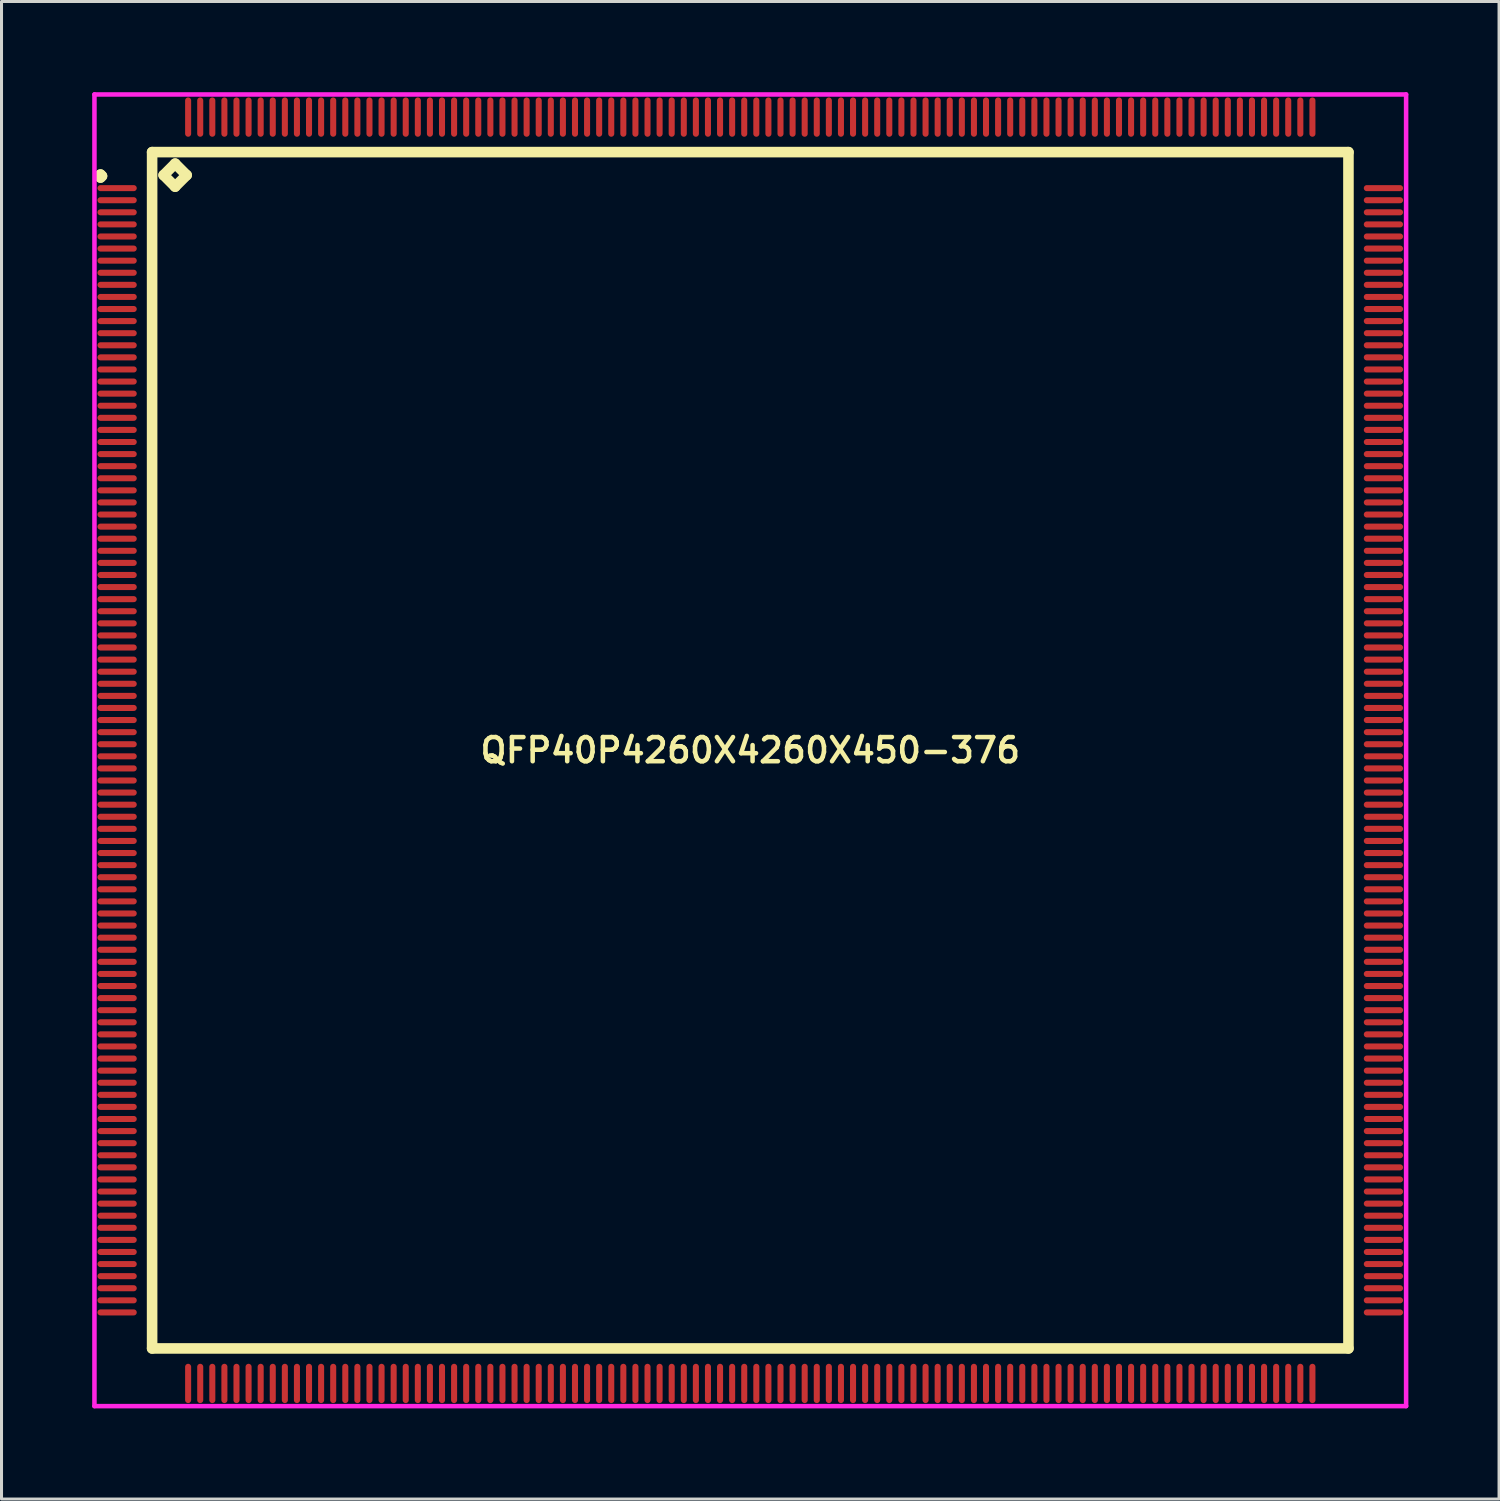
<source format=kicad_pcb>
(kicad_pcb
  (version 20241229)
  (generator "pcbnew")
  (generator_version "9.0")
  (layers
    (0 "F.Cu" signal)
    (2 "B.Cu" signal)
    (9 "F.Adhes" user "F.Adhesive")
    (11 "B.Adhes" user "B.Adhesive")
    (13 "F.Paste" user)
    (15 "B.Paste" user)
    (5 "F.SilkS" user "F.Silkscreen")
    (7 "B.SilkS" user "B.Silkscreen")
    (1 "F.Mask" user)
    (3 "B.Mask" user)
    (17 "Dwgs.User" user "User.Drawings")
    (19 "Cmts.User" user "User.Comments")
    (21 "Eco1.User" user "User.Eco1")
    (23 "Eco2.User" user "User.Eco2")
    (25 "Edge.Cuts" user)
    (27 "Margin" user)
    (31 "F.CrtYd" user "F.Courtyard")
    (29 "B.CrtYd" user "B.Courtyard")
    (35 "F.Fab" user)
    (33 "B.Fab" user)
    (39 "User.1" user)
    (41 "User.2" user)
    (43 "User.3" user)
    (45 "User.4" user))
  (footprint "QFP40P4260X4260X450-376"
    (layer "F.Cu")
    (at 21.775 21.775)
    (property "Reference" "QFP40P4260X4260X450-376" (at 0 0 0) (layer "F.SilkS") (effects (font (size 0.8 0.8) (thickness 0.15))))
    (attr smd)
    (fp_line (start -21.55 -19) (end -21.5 -19.05) (stroke (width 0.35) (type solid)) (layer "F.SilkS"))
    (fp_line (start -21.5 -19.05) (end -21.45 -19) (stroke (width 0.35) (type solid)) (layer "F.SilkS"))
    (fp_line (start -21.5 -18.95) (end -21.55 -19) (stroke (width 0.35) (type solid)) (layer "F.SilkS"))
    (fp_line (start -21.45 -19) (end -21.5 -18.95) (stroke (width 0.35) (type solid)) (layer "F.SilkS"))
    (fp_line (start -19.792 -19.792) (end -19.792 19.792) (stroke (width 0.35) (type solid)) (layer "F.SilkS"))
    (fp_line (start -19.792 19.792) (end 19.792 19.792) (stroke (width 0.35) (type solid)) (layer "F.SilkS"))
    (fp_line (start -19.411 -19.03) (end -19.03 -19.411) (stroke (width 0.35) (type solid)) (layer "F.SilkS"))
    (fp_line (start -19.03 -19.411) (end -18.649 -19.03) (stroke (width 0.35) (type solid)) (layer "F.SilkS"))
    (fp_line (start -19.03 -18.649) (end -19.411 -19.03) (stroke (width 0.35) (type solid)) (layer "F.SilkS"))
    (fp_line (start -18.649 -19.03) (end -19.03 -18.649) (stroke (width 0.35) (type solid)) (layer "F.SilkS"))
    (fp_line (start 19.792 -19.792) (end -19.792 -19.792) (stroke (width 0.35) (type solid)) (layer "F.SilkS"))
    (fp_line (start 19.792 19.792) (end 19.792 -19.792) (stroke (width 0.35) (type solid)) (layer "F.SilkS"))
    (fp_line (start -21.7 -21.7) (end 21.7 -21.7) (stroke (width 0.15) (type solid)) (layer "F.CrtYd"))
    (fp_line (start -21.7 21.7) (end -21.7 -21.7) (stroke (width 0.15) (type solid)) (layer "F.CrtYd"))
    (fp_line (start 21.7 -21.7) (end 21.7 21.7) (stroke (width 0.15) (type solid)) (layer "F.CrtYd"))
    (fp_line (start 21.7 21.7) (end -21.7 21.7) (stroke (width 0.15) (type solid)) (layer "F.CrtYd"))
    (pad "1" smd oval (at -20.95 -18.6) (size 1.3 0.2) (layers "F.Cu" "F.Mask" "F.Paste"))
    (pad "2" smd oval (at -20.95 -18.2) (size 1.3 0.2) (layers "F.Cu" "F.Mask" "F.Paste"))
    (pad "3" smd oval (at -20.95 -17.8) (size 1.3 0.2) (layers "F.Cu" "F.Mask" "F.Paste"))
    (pad "4" smd oval (at -20.95 -17.4) (size 1.3 0.2) (layers "F.Cu" "F.Mask" "F.Paste"))
    (pad "5" smd oval (at -20.95 -17) (size 1.3 0.2) (layers "F.Cu" "F.Mask" "F.Paste"))
    (pad "6" smd oval (at -20.95 -16.6) (size 1.3 0.2) (layers "F.Cu" "F.Mask" "F.Paste"))
    (pad "7" smd oval (at -20.95 -16.2) (size 1.3 0.2) (layers "F.Cu" "F.Mask" "F.Paste"))
    (pad "8" smd oval (at -20.95 -15.8) (size 1.3 0.2) (layers "F.Cu" "F.Mask" "F.Paste"))
    (pad "9" smd oval (at -20.95 -15.4) (size 1.3 0.2) (layers "F.Cu" "F.Mask" "F.Paste"))
    (pad "10" smd oval (at -20.95 -15) (size 1.3 0.2) (layers "F.Cu" "F.Mask" "F.Paste"))
    (pad "11" smd oval (at -20.95 -14.6) (size 1.3 0.2) (layers "F.Cu" "F.Mask" "F.Paste"))
    (pad "12" smd oval (at -20.95 -14.2) (size 1.3 0.2) (layers "F.Cu" "F.Mask" "F.Paste"))
    (pad "13" smd oval (at -20.95 -13.8) (size 1.3 0.2) (layers "F.Cu" "F.Mask" "F.Paste"))
    (pad "14" smd oval (at -20.95 -13.4) (size 1.3 0.2) (layers "F.Cu" "F.Mask" "F.Paste"))
    (pad "15" smd oval (at -20.95 -13) (size 1.3 0.2) (layers "F.Cu" "F.Mask" "F.Paste"))
    (pad "16" smd oval (at -20.95 -12.6) (size 1.3 0.2) (layers "F.Cu" "F.Mask" "F.Paste"))
    (pad "17" smd oval (at -20.95 -12.2) (size 1.3 0.2) (layers "F.Cu" "F.Mask" "F.Paste"))
    (pad "18" smd oval (at -20.95 -11.8) (size 1.3 0.2) (layers "F.Cu" "F.Mask" "F.Paste"))
    (pad "19" smd oval (at -20.95 -11.4) (size 1.3 0.2) (layers "F.Cu" "F.Mask" "F.Paste"))
    (pad "20" smd oval (at -20.95 -11) (size 1.3 0.2) (layers "F.Cu" "F.Mask" "F.Paste"))
    (pad "21" smd oval (at -20.95 -10.6) (size 1.3 0.2) (layers "F.Cu" "F.Mask" "F.Paste"))
    (pad "22" smd oval (at -20.95 -10.2) (size 1.3 0.2) (layers "F.Cu" "F.Mask" "F.Paste"))
    (pad "23" smd oval (at -20.95 -9.8) (size 1.3 0.2) (layers "F.Cu" "F.Mask" "F.Paste"))
    (pad "24" smd oval (at -20.95 -9.4) (size 1.3 0.2) (layers "F.Cu" "F.Mask" "F.Paste"))
    (pad "25" smd oval (at -20.95 -9) (size 1.3 0.2) (layers "F.Cu" "F.Mask" "F.Paste"))
    (pad "26" smd oval (at -20.95 -8.6) (size 1.3 0.2) (layers "F.Cu" "F.Mask" "F.Paste"))
    (pad "27" smd oval (at -20.95 -8.2) (size 1.3 0.2) (layers "F.Cu" "F.Mask" "F.Paste"))
    (pad "28" smd oval (at -20.95 -7.8) (size 1.3 0.2) (layers "F.Cu" "F.Mask" "F.Paste"))
    (pad "29" smd oval (at -20.95 -7.4) (size 1.3 0.2) (layers "F.Cu" "F.Mask" "F.Paste"))
    (pad "30" smd oval (at -20.95 -7) (size 1.3 0.2) (layers "F.Cu" "F.Mask" "F.Paste"))
    (pad "31" smd oval (at -20.95 -6.6) (size 1.3 0.2) (layers "F.Cu" "F.Mask" "F.Paste"))
    (pad "32" smd oval (at -20.95 -6.2) (size 1.3 0.2) (layers "F.Cu" "F.Mask" "F.Paste"))
    (pad "33" smd oval (at -20.95 -5.8) (size 1.3 0.2) (layers "F.Cu" "F.Mask" "F.Paste"))
    (pad "34" smd oval (at -20.95 -5.4) (size 1.3 0.2) (layers "F.Cu" "F.Mask" "F.Paste"))
    (pad "35" smd oval (at -20.95 -5) (size 1.3 0.2) (layers "F.Cu" "F.Mask" "F.Paste"))
    (pad "36" smd oval (at -20.95 -4.6) (size 1.3 0.2) (layers "F.Cu" "F.Mask" "F.Paste"))
    (pad "37" smd oval (at -20.95 -4.2) (size 1.3 0.2) (layers "F.Cu" "F.Mask" "F.Paste"))
    (pad "38" smd oval (at -20.95 -3.8) (size 1.3 0.2) (layers "F.Cu" "F.Mask" "F.Paste"))
    (pad "39" smd oval (at -20.95 -3.4) (size 1.3 0.2) (layers "F.Cu" "F.Mask" "F.Paste"))
    (pad "40" smd oval (at -20.95 -3) (size 1.3 0.2) (layers "F.Cu" "F.Mask" "F.Paste"))
    (pad "41" smd oval (at -20.95 -2.6) (size 1.3 0.2) (layers "F.Cu" "F.Mask" "F.Paste"))
    (pad "42" smd oval (at -20.95 -2.2) (size 1.3 0.2) (layers "F.Cu" "F.Mask" "F.Paste"))
    (pad "43" smd oval (at -20.95 -1.8) (size 1.3 0.2) (layers "F.Cu" "F.Mask" "F.Paste"))
    (pad "44" smd oval (at -20.95 -1.4) (size 1.3 0.2) (layers "F.Cu" "F.Mask" "F.Paste"))
    (pad "45" smd oval (at -20.95 -1) (size 1.3 0.2) (layers "F.Cu" "F.Mask" "F.Paste"))
    (pad "46" smd oval (at -20.95 -0.6) (size 1.3 0.2) (layers "F.Cu" "F.Mask" "F.Paste"))
    (pad "47" smd oval (at -20.95 -0.2) (size 1.3 0.2) (layers "F.Cu" "F.Mask" "F.Paste"))
    (pad "48" smd oval (at -20.95 0.2) (size 1.3 0.2) (layers "F.Cu" "F.Mask" "F.Paste"))
    (pad "49" smd oval (at -20.95 0.6) (size 1.3 0.2) (layers "F.Cu" "F.Mask" "F.Paste"))
    (pad "50" smd oval (at -20.95 1) (size 1.3 0.2) (layers "F.Cu" "F.Mask" "F.Paste"))
    (pad "51" smd oval (at -20.95 1.4) (size 1.3 0.2) (layers "F.Cu" "F.Mask" "F.Paste"))
    (pad "52" smd oval (at -20.95 1.8) (size 1.3 0.2) (layers "F.Cu" "F.Mask" "F.Paste"))
    (pad "53" smd oval (at -20.95 2.2) (size 1.3 0.2) (layers "F.Cu" "F.Mask" "F.Paste"))
    (pad "54" smd oval (at -20.95 2.6) (size 1.3 0.2) (layers "F.Cu" "F.Mask" "F.Paste"))
    (pad "55" smd oval (at -20.95 3) (size 1.3 0.2) (layers "F.Cu" "F.Mask" "F.Paste"))
    (pad "56" smd oval (at -20.95 3.4) (size 1.3 0.2) (layers "F.Cu" "F.Mask" "F.Paste"))
    (pad "57" smd oval (at -20.95 3.8) (size 1.3 0.2) (layers "F.Cu" "F.Mask" "F.Paste"))
    (pad "58" smd oval (at -20.95 4.2) (size 1.3 0.2) (layers "F.Cu" "F.Mask" "F.Paste"))
    (pad "59" smd oval (at -20.95 4.6) (size 1.3 0.2) (layers "F.Cu" "F.Mask" "F.Paste"))
    (pad "60" smd oval (at -20.95 5) (size 1.3 0.2) (layers "F.Cu" "F.Mask" "F.Paste"))
    (pad "61" smd oval (at -20.95 5.4) (size 1.3 0.2) (layers "F.Cu" "F.Mask" "F.Paste"))
    (pad "62" smd oval (at -20.95 5.8) (size 1.3 0.2) (layers "F.Cu" "F.Mask" "F.Paste"))
    (pad "63" smd oval (at -20.95 6.2) (size 1.3 0.2) (layers "F.Cu" "F.Mask" "F.Paste"))
    (pad "64" smd oval (at -20.95 6.6) (size 1.3 0.2) (layers "F.Cu" "F.Mask" "F.Paste"))
    (pad "65" smd oval (at -20.95 7) (size 1.3 0.2) (layers "F.Cu" "F.Mask" "F.Paste"))
    (pad "66" smd oval (at -20.95 7.4) (size 1.3 0.2) (layers "F.Cu" "F.Mask" "F.Paste"))
    (pad "67" smd oval (at -20.95 7.8) (size 1.3 0.2) (layers "F.Cu" "F.Mask" "F.Paste"))
    (pad "68" smd oval (at -20.95 8.2) (size 1.3 0.2) (layers "F.Cu" "F.Mask" "F.Paste"))
    (pad "69" smd oval (at -20.95 8.6) (size 1.3 0.2) (layers "F.Cu" "F.Mask" "F.Paste"))
    (pad "70" smd oval (at -20.95 9) (size 1.3 0.2) (layers "F.Cu" "F.Mask" "F.Paste"))
    (pad "71" smd oval (at -20.95 9.4) (size 1.3 0.2) (layers "F.Cu" "F.Mask" "F.Paste"))
    (pad "72" smd oval (at -20.95 9.8) (size 1.3 0.2) (layers "F.Cu" "F.Mask" "F.Paste"))
    (pad "73" smd oval (at -20.95 10.2) (size 1.3 0.2) (layers "F.Cu" "F.Mask" "F.Paste"))
    (pad "74" smd oval (at -20.95 10.6) (size 1.3 0.2) (layers "F.Cu" "F.Mask" "F.Paste"))
    (pad "75" smd oval (at -20.95 11) (size 1.3 0.2) (layers "F.Cu" "F.Mask" "F.Paste"))
    (pad "76" smd oval (at -20.95 11.4) (size 1.3 0.2) (layers "F.Cu" "F.Mask" "F.Paste"))
    (pad "77" smd oval (at -20.95 11.8) (size 1.3 0.2) (layers "F.Cu" "F.Mask" "F.Paste"))
    (pad "78" smd oval (at -20.95 12.2) (size 1.3 0.2) (layers "F.Cu" "F.Mask" "F.Paste"))
    (pad "79" smd oval (at -20.95 12.6) (size 1.3 0.2) (layers "F.Cu" "F.Mask" "F.Paste"))
    (pad "80" smd oval (at -20.95 13) (size 1.3 0.2) (layers "F.Cu" "F.Mask" "F.Paste"))
    (pad "81" smd oval (at -20.95 13.4) (size 1.3 0.2) (layers "F.Cu" "F.Mask" "F.Paste"))
    (pad "82" smd oval (at -20.95 13.8) (size 1.3 0.2) (layers "F.Cu" "F.Mask" "F.Paste"))
    (pad "83" smd oval (at -20.95 14.2) (size 1.3 0.2) (layers "F.Cu" "F.Mask" "F.Paste"))
    (pad "84" smd oval (at -20.95 14.6) (size 1.3 0.2) (layers "F.Cu" "F.Mask" "F.Paste"))
    (pad "85" smd oval (at -20.95 15) (size 1.3 0.2) (layers "F.Cu" "F.Mask" "F.Paste"))
    (pad "86" smd oval (at -20.95 15.4) (size 1.3 0.2) (layers "F.Cu" "F.Mask" "F.Paste"))
    (pad "87" smd oval (at -20.95 15.8) (size 1.3 0.2) (layers "F.Cu" "F.Mask" "F.Paste"))
    (pad "88" smd oval (at -20.95 16.2) (size 1.3 0.2) (layers "F.Cu" "F.Mask" "F.Paste"))
    (pad "89" smd oval (at -20.95 16.6) (size 1.3 0.2) (layers "F.Cu" "F.Mask" "F.Paste"))
    (pad "90" smd oval (at -20.95 17) (size 1.3 0.2) (layers "F.Cu" "F.Mask" "F.Paste"))
    (pad "91" smd oval (at -20.95 17.4) (size 1.3 0.2) (layers "F.Cu" "F.Mask" "F.Paste"))
    (pad "92" smd oval (at -20.95 17.8) (size 1.3 0.2) (layers "F.Cu" "F.Mask" "F.Paste"))
    (pad "93" smd oval (at -20.95 18.2) (size 1.3 0.2) (layers "F.Cu" "F.Mask" "F.Paste"))
    (pad "94" smd oval (at -20.95 18.6) (size 1.3 0.2) (layers "F.Cu" "F.Mask" "F.Paste"))
    (pad "95" smd oval (at -18.6 20.95) (size 0.2 1.3) (layers "F.Cu" "F.Mask" "F.Paste"))
    (pad "96" smd oval (at -18.2 20.95) (size 0.2 1.3) (layers "F.Cu" "F.Mask" "F.Paste"))
    (pad "97" smd oval (at -17.8 20.95) (size 0.2 1.3) (layers "F.Cu" "F.Mask" "F.Paste"))
    (pad "98" smd oval (at -17.4 20.95) (size 0.2 1.3) (layers "F.Cu" "F.Mask" "F.Paste"))
    (pad "99" smd oval (at -17 20.95) (size 0.2 1.3) (layers "F.Cu" "F.Mask" "F.Paste"))
    (pad "100" smd oval (at -16.6 20.95) (size 0.2 1.3) (layers "F.Cu" "F.Mask" "F.Paste"))
    (pad "101" smd oval (at -16.2 20.95) (size 0.2 1.3) (layers "F.Cu" "F.Mask" "F.Paste"))
    (pad "102" smd oval (at -15.8 20.95) (size 0.2 1.3) (layers "F.Cu" "F.Mask" "F.Paste"))
    (pad "103" smd oval (at -15.4 20.95) (size 0.2 1.3) (layers "F.Cu" "F.Mask" "F.Paste"))
    (pad "104" smd oval (at -15 20.95) (size 0.2 1.3) (layers "F.Cu" "F.Mask" "F.Paste"))
    (pad "105" smd oval (at -14.6 20.95) (size 0.2 1.3) (layers "F.Cu" "F.Mask" "F.Paste"))
    (pad "106" smd oval (at -14.2 20.95) (size 0.2 1.3) (layers "F.Cu" "F.Mask" "F.Paste"))
    (pad "107" smd oval (at -13.8 20.95) (size 0.2 1.3) (layers "F.Cu" "F.Mask" "F.Paste"))
    (pad "108" smd oval (at -13.4 20.95) (size 0.2 1.3) (layers "F.Cu" "F.Mask" "F.Paste"))
    (pad "109" smd oval (at -13 20.95) (size 0.2 1.3) (layers "F.Cu" "F.Mask" "F.Paste"))
    (pad "110" smd oval (at -12.6 20.95) (size 0.2 1.3) (layers "F.Cu" "F.Mask" "F.Paste"))
    (pad "111" smd oval (at -12.2 20.95) (size 0.2 1.3) (layers "F.Cu" "F.Mask" "F.Paste"))
    (pad "112" smd oval (at -11.8 20.95) (size 0.2 1.3) (layers "F.Cu" "F.Mask" "F.Paste"))
    (pad "113" smd oval (at -11.4 20.95) (size 0.2 1.3) (layers "F.Cu" "F.Mask" "F.Paste"))
    (pad "114" smd oval (at -11 20.95) (size 0.2 1.3) (layers "F.Cu" "F.Mask" "F.Paste"))
    (pad "115" smd oval (at -10.6 20.95) (size 0.2 1.3) (layers "F.Cu" "F.Mask" "F.Paste"))
    (pad "116" smd oval (at -10.2 20.95) (size 0.2 1.3) (layers "F.Cu" "F.Mask" "F.Paste"))
    (pad "117" smd oval (at -9.8 20.95) (size 0.2 1.3) (layers "F.Cu" "F.Mask" "F.Paste"))
    (pad "118" smd oval (at -9.4 20.95) (size 0.2 1.3) (layers "F.Cu" "F.Mask" "F.Paste"))
    (pad "119" smd oval (at -9 20.95) (size 0.2 1.3) (layers "F.Cu" "F.Mask" "F.Paste"))
    (pad "120" smd oval (at -8.6 20.95) (size 0.2 1.3) (layers "F.Cu" "F.Mask" "F.Paste"))
    (pad "121" smd oval (at -8.2 20.95) (size 0.2 1.3) (layers "F.Cu" "F.Mask" "F.Paste"))
    (pad "122" smd oval (at -7.8 20.95) (size 0.2 1.3) (layers "F.Cu" "F.Mask" "F.Paste"))
    (pad "123" smd oval (at -7.4 20.95) (size 0.2 1.3) (layers "F.Cu" "F.Mask" "F.Paste"))
    (pad "124" smd oval (at -7 20.95) (size 0.2 1.3) (layers "F.Cu" "F.Mask" "F.Paste"))
    (pad "125" smd oval (at -6.6 20.95) (size 0.2 1.3) (layers "F.Cu" "F.Mask" "F.Paste"))
    (pad "126" smd oval (at -6.2 20.95) (size 0.2 1.3) (layers "F.Cu" "F.Mask" "F.Paste"))
    (pad "127" smd oval (at -5.8 20.95) (size 0.2 1.3) (layers "F.Cu" "F.Mask" "F.Paste"))
    (pad "128" smd oval (at -5.4 20.95) (size 0.2 1.3) (layers "F.Cu" "F.Mask" "F.Paste"))
    (pad "129" smd oval (at -5 20.95) (size 0.2 1.3) (layers "F.Cu" "F.Mask" "F.Paste"))
    (pad "130" smd oval (at -4.6 20.95) (size 0.2 1.3) (layers "F.Cu" "F.Mask" "F.Paste"))
    (pad "131" smd oval (at -4.2 20.95) (size 0.2 1.3) (layers "F.Cu" "F.Mask" "F.Paste"))
    (pad "132" smd oval (at -3.8 20.95) (size 0.2 1.3) (layers "F.Cu" "F.Mask" "F.Paste"))
    (pad "133" smd oval (at -3.4 20.95) (size 0.2 1.3) (layers "F.Cu" "F.Mask" "F.Paste"))
    (pad "134" smd oval (at -3 20.95) (size 0.2 1.3) (layers "F.Cu" "F.Mask" "F.Paste"))
    (pad "135" smd oval (at -2.6 20.95) (size 0.2 1.3) (layers "F.Cu" "F.Mask" "F.Paste"))
    (pad "136" smd oval (at -2.2 20.95) (size 0.2 1.3) (layers "F.Cu" "F.Mask" "F.Paste"))
    (pad "137" smd oval (at -1.8 20.95) (size 0.2 1.3) (layers "F.Cu" "F.Mask" "F.Paste"))
    (pad "138" smd oval (at -1.4 20.95) (size 0.2 1.3) (layers "F.Cu" "F.Mask" "F.Paste"))
    (pad "139" smd oval (at -1 20.95) (size 0.2 1.3) (layers "F.Cu" "F.Mask" "F.Paste"))
    (pad "140" smd oval (at -0.6 20.95) (size 0.2 1.3) (layers "F.Cu" "F.Mask" "F.Paste"))
    (pad "141" smd oval (at -0.2 20.95) (size 0.2 1.3) (layers "F.Cu" "F.Mask" "F.Paste"))
    (pad "142" smd oval (at 0.2 20.95) (size 0.2 1.3) (layers "F.Cu" "F.Mask" "F.Paste"))
    (pad "143" smd oval (at 0.6 20.95) (size 0.2 1.3) (layers "F.Cu" "F.Mask" "F.Paste"))
    (pad "144" smd oval (at 1 20.95) (size 0.2 1.3) (layers "F.Cu" "F.Mask" "F.Paste"))
    (pad "145" smd oval (at 1.4 20.95) (size 0.2 1.3) (layers "F.Cu" "F.Mask" "F.Paste"))
    (pad "146" smd oval (at 1.8 20.95) (size 0.2 1.3) (layers "F.Cu" "F.Mask" "F.Paste"))
    (pad "147" smd oval (at 2.2 20.95) (size 0.2 1.3) (layers "F.Cu" "F.Mask" "F.Paste"))
    (pad "148" smd oval (at 2.6 20.95) (size 0.2 1.3) (layers "F.Cu" "F.Mask" "F.Paste"))
    (pad "149" smd oval (at 3 20.95) (size 0.2 1.3) (layers "F.Cu" "F.Mask" "F.Paste"))
    (pad "150" smd oval (at 3.4 20.95) (size 0.2 1.3) (layers "F.Cu" "F.Mask" "F.Paste"))
    (pad "151" smd oval (at 3.8 20.95) (size 0.2 1.3) (layers "F.Cu" "F.Mask" "F.Paste"))
    (pad "152" smd oval (at 4.2 20.95) (size 0.2 1.3) (layers "F.Cu" "F.Mask" "F.Paste"))
    (pad "153" smd oval (at 4.6 20.95) (size 0.2 1.3) (layers "F.Cu" "F.Mask" "F.Paste"))
    (pad "154" smd oval (at 5 20.95) (size 0.2 1.3) (layers "F.Cu" "F.Mask" "F.Paste"))
    (pad "155" smd oval (at 5.4 20.95) (size 0.2 1.3) (layers "F.Cu" "F.Mask" "F.Paste"))
    (pad "156" smd oval (at 5.8 20.95) (size 0.2 1.3) (layers "F.Cu" "F.Mask" "F.Paste"))
    (pad "157" smd oval (at 6.2 20.95) (size 0.2 1.3) (layers "F.Cu" "F.Mask" "F.Paste"))
    (pad "158" smd oval (at 6.6 20.95) (size 0.2 1.3) (layers "F.Cu" "F.Mask" "F.Paste"))
    (pad "159" smd oval (at 7 20.95) (size 0.2 1.3) (layers "F.Cu" "F.Mask" "F.Paste"))
    (pad "160" smd oval (at 7.4 20.95) (size 0.2 1.3) (layers "F.Cu" "F.Mask" "F.Paste"))
    (pad "161" smd oval (at 7.8 20.95) (size 0.2 1.3) (layers "F.Cu" "F.Mask" "F.Paste"))
    (pad "162" smd oval (at 8.2 20.95) (size 0.2 1.3) (layers "F.Cu" "F.Mask" "F.Paste"))
    (pad "163" smd oval (at 8.6 20.95) (size 0.2 1.3) (layers "F.Cu" "F.Mask" "F.Paste"))
    (pad "164" smd oval (at 9 20.95) (size 0.2 1.3) (layers "F.Cu" "F.Mask" "F.Paste"))
    (pad "165" smd oval (at 9.4 20.95) (size 0.2 1.3) (layers "F.Cu" "F.Mask" "F.Paste"))
    (pad "166" smd oval (at 9.8 20.95) (size 0.2 1.3) (layers "F.Cu" "F.Mask" "F.Paste"))
    (pad "167" smd oval (at 10.2 20.95) (size 0.2 1.3) (layers "F.Cu" "F.Mask" "F.Paste"))
    (pad "168" smd oval (at 10.6 20.95) (size 0.2 1.3) (layers "F.Cu" "F.Mask" "F.Paste"))
    (pad "169" smd oval (at 11 20.95) (size 0.2 1.3) (layers "F.Cu" "F.Mask" "F.Paste"))
    (pad "170" smd oval (at 11.4 20.95) (size 0.2 1.3) (layers "F.Cu" "F.Mask" "F.Paste"))
    (pad "171" smd oval (at 11.8 20.95) (size 0.2 1.3) (layers "F.Cu" "F.Mask" "F.Paste"))
    (pad "172" smd oval (at 12.2 20.95) (size 0.2 1.3) (layers "F.Cu" "F.Mask" "F.Paste"))
    (pad "173" smd oval (at 12.6 20.95) (size 0.2 1.3) (layers "F.Cu" "F.Mask" "F.Paste"))
    (pad "174" smd oval (at 13 20.95) (size 0.2 1.3) (layers "F.Cu" "F.Mask" "F.Paste"))
    (pad "175" smd oval (at 13.4 20.95) (size 0.2 1.3) (layers "F.Cu" "F.Mask" "F.Paste"))
    (pad "176" smd oval (at 13.8 20.95) (size 0.2 1.3) (layers "F.Cu" "F.Mask" "F.Paste"))
    (pad "177" smd oval (at 14.2 20.95) (size 0.2 1.3) (layers "F.Cu" "F.Mask" "F.Paste"))
    (pad "178" smd oval (at 14.6 20.95) (size 0.2 1.3) (layers "F.Cu" "F.Mask" "F.Paste"))
    (pad "179" smd oval (at 15 20.95) (size 0.2 1.3) (layers "F.Cu" "F.Mask" "F.Paste"))
    (pad "180" smd oval (at 15.4 20.95) (size 0.2 1.3) (layers "F.Cu" "F.Mask" "F.Paste"))
    (pad "181" smd oval (at 15.8 20.95) (size 0.2 1.3) (layers "F.Cu" "F.Mask" "F.Paste"))
    (pad "182" smd oval (at 16.2 20.95) (size 0.2 1.3) (layers "F.Cu" "F.Mask" "F.Paste"))
    (pad "183" smd oval (at 16.6 20.95) (size 0.2 1.3) (layers "F.Cu" "F.Mask" "F.Paste"))
    (pad "184" smd oval (at 17 20.95) (size 0.2 1.3) (layers "F.Cu" "F.Mask" "F.Paste"))
    (pad "185" smd oval (at 17.4 20.95) (size 0.2 1.3) (layers "F.Cu" "F.Mask" "F.Paste"))
    (pad "186" smd oval (at 17.8 20.95) (size 0.2 1.3) (layers "F.Cu" "F.Mask" "F.Paste"))
    (pad "187" smd oval (at 18.2 20.95) (size 0.2 1.3) (layers "F.Cu" "F.Mask" "F.Paste"))
    (pad "188" smd oval (at 18.6 20.95) (size 0.2 1.3) (layers "F.Cu" "F.Mask" "F.Paste"))
    (pad "189" smd oval (at 20.95 18.6) (size 1.3 0.2) (layers "F.Cu" "F.Mask" "F.Paste"))
    (pad "190" smd oval (at 20.95 18.2) (size 1.3 0.2) (layers "F.Cu" "F.Mask" "F.Paste"))
    (pad "191" smd oval (at 20.95 17.8) (size 1.3 0.2) (layers "F.Cu" "F.Mask" "F.Paste"))
    (pad "192" smd oval (at 20.95 17.4) (size 1.3 0.2) (layers "F.Cu" "F.Mask" "F.Paste"))
    (pad "193" smd oval (at 20.95 17) (size 1.3 0.2) (layers "F.Cu" "F.Mask" "F.Paste"))
    (pad "194" smd oval (at 20.95 16.6) (size 1.3 0.2) (layers "F.Cu" "F.Mask" "F.Paste"))
    (pad "195" smd oval (at 20.95 16.2) (size 1.3 0.2) (layers "F.Cu" "F.Mask" "F.Paste"))
    (pad "196" smd oval (at 20.95 15.8) (size 1.3 0.2) (layers "F.Cu" "F.Mask" "F.Paste"))
    (pad "197" smd oval (at 20.95 15.4) (size 1.3 0.2) (layers "F.Cu" "F.Mask" "F.Paste"))
    (pad "198" smd oval (at 20.95 15) (size 1.3 0.2) (layers "F.Cu" "F.Mask" "F.Paste"))
    (pad "199" smd oval (at 20.95 14.6) (size 1.3 0.2) (layers "F.Cu" "F.Mask" "F.Paste"))
    (pad "200" smd oval (at 20.95 14.2) (size 1.3 0.2) (layers "F.Cu" "F.Mask" "F.Paste"))
    (pad "201" smd oval (at 20.95 13.8) (size 1.3 0.2) (layers "F.Cu" "F.Mask" "F.Paste"))
    (pad "202" smd oval (at 20.95 13.4) (size 1.3 0.2) (layers "F.Cu" "F.Mask" "F.Paste"))
    (pad "203" smd oval (at 20.95 13) (size 1.3 0.2) (layers "F.Cu" "F.Mask" "F.Paste"))
    (pad "204" smd oval (at 20.95 12.6) (size 1.3 0.2) (layers "F.Cu" "F.Mask" "F.Paste"))
    (pad "205" smd oval (at 20.95 12.2) (size 1.3 0.2) (layers "F.Cu" "F.Mask" "F.Paste"))
    (pad "206" smd oval (at 20.95 11.8) (size 1.3 0.2) (layers "F.Cu" "F.Mask" "F.Paste"))
    (pad "207" smd oval (at 20.95 11.4) (size 1.3 0.2) (layers "F.Cu" "F.Mask" "F.Paste"))
    (pad "208" smd oval (at 20.95 11) (size 1.3 0.2) (layers "F.Cu" "F.Mask" "F.Paste"))
    (pad "209" smd oval (at 20.95 10.6) (size 1.3 0.2) (layers "F.Cu" "F.Mask" "F.Paste"))
    (pad "210" smd oval (at 20.95 10.2) (size 1.3 0.2) (layers "F.Cu" "F.Mask" "F.Paste"))
    (pad "211" smd oval (at 20.95 9.8) (size 1.3 0.2) (layers "F.Cu" "F.Mask" "F.Paste"))
    (pad "212" smd oval (at 20.95 9.4) (size 1.3 0.2) (layers "F.Cu" "F.Mask" "F.Paste"))
    (pad "213" smd oval (at 20.95 9) (size 1.3 0.2) (layers "F.Cu" "F.Mask" "F.Paste"))
    (pad "214" smd oval (at 20.95 8.6) (size 1.3 0.2) (layers "F.Cu" "F.Mask" "F.Paste"))
    (pad "215" smd oval (at 20.95 8.2) (size 1.3 0.2) (layers "F.Cu" "F.Mask" "F.Paste"))
    (pad "216" smd oval (at 20.95 7.8) (size 1.3 0.2) (layers "F.Cu" "F.Mask" "F.Paste"))
    (pad "217" smd oval (at 20.95 7.4) (size 1.3 0.2) (layers "F.Cu" "F.Mask" "F.Paste"))
    (pad "218" smd oval (at 20.95 7) (size 1.3 0.2) (layers "F.Cu" "F.Mask" "F.Paste"))
    (pad "219" smd oval (at 20.95 6.6) (size 1.3 0.2) (layers "F.Cu" "F.Mask" "F.Paste"))
    (pad "220" smd oval (at 20.95 6.2) (size 1.3 0.2) (layers "F.Cu" "F.Mask" "F.Paste"))
    (pad "221" smd oval (at 20.95 5.8) (size 1.3 0.2) (layers "F.Cu" "F.Mask" "F.Paste"))
    (pad "222" smd oval (at 20.95 5.4) (size 1.3 0.2) (layers "F.Cu" "F.Mask" "F.Paste"))
    (pad "223" smd oval (at 20.95 5) (size 1.3 0.2) (layers "F.Cu" "F.Mask" "F.Paste"))
    (pad "224" smd oval (at 20.95 4.6) (size 1.3 0.2) (layers "F.Cu" "F.Mask" "F.Paste"))
    (pad "225" smd oval (at 20.95 4.2) (size 1.3 0.2) (layers "F.Cu" "F.Mask" "F.Paste"))
    (pad "226" smd oval (at 20.95 3.8) (size 1.3 0.2) (layers "F.Cu" "F.Mask" "F.Paste"))
    (pad "227" smd oval (at 20.95 3.4) (size 1.3 0.2) (layers "F.Cu" "F.Mask" "F.Paste"))
    (pad "228" smd oval (at 20.95 3) (size 1.3 0.2) (layers "F.Cu" "F.Mask" "F.Paste"))
    (pad "229" smd oval (at 20.95 2.6) (size 1.3 0.2) (layers "F.Cu" "F.Mask" "F.Paste"))
    (pad "230" smd oval (at 20.95 2.2) (size 1.3 0.2) (layers "F.Cu" "F.Mask" "F.Paste"))
    (pad "231" smd oval (at 20.95 1.8) (size 1.3 0.2) (layers "F.Cu" "F.Mask" "F.Paste"))
    (pad "232" smd oval (at 20.95 1.4) (size 1.3 0.2) (layers "F.Cu" "F.Mask" "F.Paste"))
    (pad "233" smd oval (at 20.95 1) (size 1.3 0.2) (layers "F.Cu" "F.Mask" "F.Paste"))
    (pad "234" smd oval (at 20.95 0.6) (size 1.3 0.2) (layers "F.Cu" "F.Mask" "F.Paste"))
    (pad "235" smd oval (at 20.95 0.2) (size 1.3 0.2) (layers "F.Cu" "F.Mask" "F.Paste"))
    (pad "236" smd oval (at 20.95 -0.2) (size 1.3 0.2) (layers "F.Cu" "F.Mask" "F.Paste"))
    (pad "237" smd oval (at 20.95 -0.6) (size 1.3 0.2) (layers "F.Cu" "F.Mask" "F.Paste"))
    (pad "238" smd oval (at 20.95 -1) (size 1.3 0.2) (layers "F.Cu" "F.Mask" "F.Paste"))
    (pad "239" smd oval (at 20.95 -1.4) (size 1.3 0.2) (layers "F.Cu" "F.Mask" "F.Paste"))
    (pad "240" smd oval (at 20.95 -1.8) (size 1.3 0.2) (layers "F.Cu" "F.Mask" "F.Paste"))
    (pad "241" smd oval (at 20.95 -2.2) (size 1.3 0.2) (layers "F.Cu" "F.Mask" "F.Paste"))
    (pad "242" smd oval (at 20.95 -2.6) (size 1.3 0.2) (layers "F.Cu" "F.Mask" "F.Paste"))
    (pad "243" smd oval (at 20.95 -3) (size 1.3 0.2) (layers "F.Cu" "F.Mask" "F.Paste"))
    (pad "244" smd oval (at 20.95 -3.4) (size 1.3 0.2) (layers "F.Cu" "F.Mask" "F.Paste"))
    (pad "245" smd oval (at 20.95 -3.8) (size 1.3 0.2) (layers "F.Cu" "F.Mask" "F.Paste"))
    (pad "246" smd oval (at 20.95 -4.2) (size 1.3 0.2) (layers "F.Cu" "F.Mask" "F.Paste"))
    (pad "247" smd oval (at 20.95 -4.6) (size 1.3 0.2) (layers "F.Cu" "F.Mask" "F.Paste"))
    (pad "248" smd oval (at 20.95 -5) (size 1.3 0.2) (layers "F.Cu" "F.Mask" "F.Paste"))
    (pad "249" smd oval (at 20.95 -5.4) (size 1.3 0.2) (layers "F.Cu" "F.Mask" "F.Paste"))
    (pad "250" smd oval (at 20.95 -5.8) (size 1.3 0.2) (layers "F.Cu" "F.Mask" "F.Paste"))
    (pad "251" smd oval (at 20.95 -6.2) (size 1.3 0.2) (layers "F.Cu" "F.Mask" "F.Paste"))
    (pad "252" smd oval (at 20.95 -6.6) (size 1.3 0.2) (layers "F.Cu" "F.Mask" "F.Paste"))
    (pad "253" smd oval (at 20.95 -7) (size 1.3 0.2) (layers "F.Cu" "F.Mask" "F.Paste"))
    (pad "254" smd oval (at 20.95 -7.4) (size 1.3 0.2) (layers "F.Cu" "F.Mask" "F.Paste"))
    (pad "255" smd oval (at 20.95 -7.8) (size 1.3 0.2) (layers "F.Cu" "F.Mask" "F.Paste"))
    (pad "256" smd oval (at 20.95 -8.2) (size 1.3 0.2) (layers "F.Cu" "F.Mask" "F.Paste"))
    (pad "257" smd oval (at 20.95 -8.6) (size 1.3 0.2) (layers "F.Cu" "F.Mask" "F.Paste"))
    (pad "258" smd oval (at 20.95 -9) (size 1.3 0.2) (layers "F.Cu" "F.Mask" "F.Paste"))
    (pad "259" smd oval (at 20.95 -9.4) (size 1.3 0.2) (layers "F.Cu" "F.Mask" "F.Paste"))
    (pad "260" smd oval (at 20.95 -9.8) (size 1.3 0.2) (layers "F.Cu" "F.Mask" "F.Paste"))
    (pad "261" smd oval (at 20.95 -10.2) (size 1.3 0.2) (layers "F.Cu" "F.Mask" "F.Paste"))
    (pad "262" smd oval (at 20.95 -10.6) (size 1.3 0.2) (layers "F.Cu" "F.Mask" "F.Paste"))
    (pad "263" smd oval (at 20.95 -11) (size 1.3 0.2) (layers "F.Cu" "F.Mask" "F.Paste"))
    (pad "264" smd oval (at 20.95 -11.4) (size 1.3 0.2) (layers "F.Cu" "F.Mask" "F.Paste"))
    (pad "265" smd oval (at 20.95 -11.8) (size 1.3 0.2) (layers "F.Cu" "F.Mask" "F.Paste"))
    (pad "266" smd oval (at 20.95 -12.2) (size 1.3 0.2) (layers "F.Cu" "F.Mask" "F.Paste"))
    (pad "267" smd oval (at 20.95 -12.6) (size 1.3 0.2) (layers "F.Cu" "F.Mask" "F.Paste"))
    (pad "268" smd oval (at 20.95 -13) (size 1.3 0.2) (layers "F.Cu" "F.Mask" "F.Paste"))
    (pad "269" smd oval (at 20.95 -13.4) (size 1.3 0.2) (layers "F.Cu" "F.Mask" "F.Paste"))
    (pad "270" smd oval (at 20.95 -13.8) (size 1.3 0.2) (layers "F.Cu" "F.Mask" "F.Paste"))
    (pad "271" smd oval (at 20.95 -14.2) (size 1.3 0.2) (layers "F.Cu" "F.Mask" "F.Paste"))
    (pad "272" smd oval (at 20.95 -14.6) (size 1.3 0.2) (layers "F.Cu" "F.Mask" "F.Paste"))
    (pad "273" smd oval (at 20.95 -15) (size 1.3 0.2) (layers "F.Cu" "F.Mask" "F.Paste"))
    (pad "274" smd oval (at 20.95 -15.4) (size 1.3 0.2) (layers "F.Cu" "F.Mask" "F.Paste"))
    (pad "275" smd oval (at 20.95 -15.8) (size 1.3 0.2) (layers "F.Cu" "F.Mask" "F.Paste"))
    (pad "276" smd oval (at 20.95 -16.2) (size 1.3 0.2) (layers "F.Cu" "F.Mask" "F.Paste"))
    (pad "277" smd oval (at 20.95 -16.6) (size 1.3 0.2) (layers "F.Cu" "F.Mask" "F.Paste"))
    (pad "278" smd oval (at 20.95 -17) (size 1.3 0.2) (layers "F.Cu" "F.Mask" "F.Paste"))
    (pad "279" smd oval (at 20.95 -17.4) (size 1.3 0.2) (layers "F.Cu" "F.Mask" "F.Paste"))
    (pad "280" smd oval (at 20.95 -17.8) (size 1.3 0.2) (layers "F.Cu" "F.Mask" "F.Paste"))
    (pad "281" smd oval (at 20.95 -18.2) (size 1.3 0.2) (layers "F.Cu" "F.Mask" "F.Paste"))
    (pad "282" smd oval (at 20.95 -18.6) (size 1.3 0.2) (layers "F.Cu" "F.Mask" "F.Paste"))
    (pad "283" smd oval (at 18.6 -20.95) (size 0.2 1.3) (layers "F.Cu" "F.Mask" "F.Paste"))
    (pad "284" smd oval (at 18.2 -20.95) (size 0.2 1.3) (layers "F.Cu" "F.Mask" "F.Paste"))
    (pad "285" smd oval (at 17.8 -20.95) (size 0.2 1.3) (layers "F.Cu" "F.Mask" "F.Paste"))
    (pad "286" smd oval (at 17.4 -20.95) (size 0.2 1.3) (layers "F.Cu" "F.Mask" "F.Paste"))
    (pad "287" smd oval (at 17 -20.95) (size 0.2 1.3) (layers "F.Cu" "F.Mask" "F.Paste"))
    (pad "288" smd oval (at 16.6 -20.95) (size 0.2 1.3) (layers "F.Cu" "F.Mask" "F.Paste"))
    (pad "289" smd oval (at 16.2 -20.95) (size 0.2 1.3) (layers "F.Cu" "F.Mask" "F.Paste"))
    (pad "290" smd oval (at 15.8 -20.95) (size 0.2 1.3) (layers "F.Cu" "F.Mask" "F.Paste"))
    (pad "291" smd oval (at 15.4 -20.95) (size 0.2 1.3) (layers "F.Cu" "F.Mask" "F.Paste"))
    (pad "292" smd oval (at 15 -20.95) (size 0.2 1.3) (layers "F.Cu" "F.Mask" "F.Paste"))
    (pad "293" smd oval (at 14.6 -20.95) (size 0.2 1.3) (layers "F.Cu" "F.Mask" "F.Paste"))
    (pad "294" smd oval (at 14.2 -20.95) (size 0.2 1.3) (layers "F.Cu" "F.Mask" "F.Paste"))
    (pad "295" smd oval (at 13.8 -20.95) (size 0.2 1.3) (layers "F.Cu" "F.Mask" "F.Paste"))
    (pad "296" smd oval (at 13.4 -20.95) (size 0.2 1.3) (layers "F.Cu" "F.Mask" "F.Paste"))
    (pad "297" smd oval (at 13 -20.95) (size 0.2 1.3) (layers "F.Cu" "F.Mask" "F.Paste"))
    (pad "298" smd oval (at 12.6 -20.95) (size 0.2 1.3) (layers "F.Cu" "F.Mask" "F.Paste"))
    (pad "299" smd oval (at 12.2 -20.95) (size 0.2 1.3) (layers "F.Cu" "F.Mask" "F.Paste"))
    (pad "300" smd oval (at 11.8 -20.95) (size 0.2 1.3) (layers "F.Cu" "F.Mask" "F.Paste"))
    (pad "301" smd oval (at 11.4 -20.95) (size 0.2 1.3) (layers "F.Cu" "F.Mask" "F.Paste"))
    (pad "302" smd oval (at 11 -20.95) (size 0.2 1.3) (layers "F.Cu" "F.Mask" "F.Paste"))
    (pad "303" smd oval (at 10.6 -20.95) (size 0.2 1.3) (layers "F.Cu" "F.Mask" "F.Paste"))
    (pad "304" smd oval (at 10.2 -20.95) (size 0.2 1.3) (layers "F.Cu" "F.Mask" "F.Paste"))
    (pad "305" smd oval (at 9.8 -20.95) (size 0.2 1.3) (layers "F.Cu" "F.Mask" "F.Paste"))
    (pad "306" smd oval (at 9.4 -20.95) (size 0.2 1.3) (layers "F.Cu" "F.Mask" "F.Paste"))
    (pad "307" smd oval (at 9 -20.95) (size 0.2 1.3) (layers "F.Cu" "F.Mask" "F.Paste"))
    (pad "308" smd oval (at 8.6 -20.95) (size 0.2 1.3) (layers "F.Cu" "F.Mask" "F.Paste"))
    (pad "309" smd oval (at 8.2 -20.95) (size 0.2 1.3) (layers "F.Cu" "F.Mask" "F.Paste"))
    (pad "310" smd oval (at 7.8 -20.95) (size 0.2 1.3) (layers "F.Cu" "F.Mask" "F.Paste"))
    (pad "311" smd oval (at 7.4 -20.95) (size 0.2 1.3) (layers "F.Cu" "F.Mask" "F.Paste"))
    (pad "312" smd oval (at 7 -20.95) (size 0.2 1.3) (layers "F.Cu" "F.Mask" "F.Paste"))
    (pad "313" smd oval (at 6.6 -20.95) (size 0.2 1.3) (layers "F.Cu" "F.Mask" "F.Paste"))
    (pad "314" smd oval (at 6.2 -20.95) (size 0.2 1.3) (layers "F.Cu" "F.Mask" "F.Paste"))
    (pad "315" smd oval (at 5.8 -20.95) (size 0.2 1.3) (layers "F.Cu" "F.Mask" "F.Paste"))
    (pad "316" smd oval (at 5.4 -20.95) (size 0.2 1.3) (layers "F.Cu" "F.Mask" "F.Paste"))
    (pad "317" smd oval (at 5 -20.95) (size 0.2 1.3) (layers "F.Cu" "F.Mask" "F.Paste"))
    (pad "318" smd oval (at 4.6 -20.95) (size 0.2 1.3) (layers "F.Cu" "F.Mask" "F.Paste"))
    (pad "319" smd oval (at 4.2 -20.95) (size 0.2 1.3) (layers "F.Cu" "F.Mask" "F.Paste"))
    (pad "320" smd oval (at 3.8 -20.95) (size 0.2 1.3) (layers "F.Cu" "F.Mask" "F.Paste"))
    (pad "321" smd oval (at 3.4 -20.95) (size 0.2 1.3) (layers "F.Cu" "F.Mask" "F.Paste"))
    (pad "322" smd oval (at 3 -20.95) (size 0.2 1.3) (layers "F.Cu" "F.Mask" "F.Paste"))
    (pad "323" smd oval (at 2.6 -20.95) (size 0.2 1.3) (layers "F.Cu" "F.Mask" "F.Paste"))
    (pad "324" smd oval (at 2.2 -20.95) (size 0.2 1.3) (layers "F.Cu" "F.Mask" "F.Paste"))
    (pad "325" smd oval (at 1.8 -20.95) (size 0.2 1.3) (layers "F.Cu" "F.Mask" "F.Paste"))
    (pad "326" smd oval (at 1.4 -20.95) (size 0.2 1.3) (layers "F.Cu" "F.Mask" "F.Paste"))
    (pad "327" smd oval (at 1 -20.95) (size 0.2 1.3) (layers "F.Cu" "F.Mask" "F.Paste"))
    (pad "328" smd oval (at 0.6 -20.95) (size 0.2 1.3) (layers "F.Cu" "F.Mask" "F.Paste"))
    (pad "329" smd oval (at 0.2 -20.95) (size 0.2 1.3) (layers "F.Cu" "F.Mask" "F.Paste"))
    (pad "330" smd oval (at -0.2 -20.95) (size 0.2 1.3) (layers "F.Cu" "F.Mask" "F.Paste"))
    (pad "331" smd oval (at -0.6 -20.95) (size 0.2 1.3) (layers "F.Cu" "F.Mask" "F.Paste"))
    (pad "332" smd oval (at -1 -20.95) (size 0.2 1.3) (layers "F.Cu" "F.Mask" "F.Paste"))
    (pad "333" smd oval (at -1.4 -20.95) (size 0.2 1.3) (layers "F.Cu" "F.Mask" "F.Paste"))
    (pad "334" smd oval (at -1.8 -20.95) (size 0.2 1.3) (layers "F.Cu" "F.Mask" "F.Paste"))
    (pad "335" smd oval (at -2.2 -20.95) (size 0.2 1.3) (layers "F.Cu" "F.Mask" "F.Paste"))
    (pad "336" smd oval (at -2.6 -20.95) (size 0.2 1.3) (layers "F.Cu" "F.Mask" "F.Paste"))
    (pad "337" smd oval (at -3 -20.95) (size 0.2 1.3) (layers "F.Cu" "F.Mask" "F.Paste"))
    (pad "338" smd oval (at -3.4 -20.95) (size 0.2 1.3) (layers "F.Cu" "F.Mask" "F.Paste"))
    (pad "339" smd oval (at -3.8 -20.95) (size 0.2 1.3) (layers "F.Cu" "F.Mask" "F.Paste"))
    (pad "340" smd oval (at -4.2 -20.95) (size 0.2 1.3) (layers "F.Cu" "F.Mask" "F.Paste"))
    (pad "341" smd oval (at -4.6 -20.95) (size 0.2 1.3) (layers "F.Cu" "F.Mask" "F.Paste"))
    (pad "342" smd oval (at -5 -20.95) (size 0.2 1.3) (layers "F.Cu" "F.Mask" "F.Paste"))
    (pad "343" smd oval (at -5.4 -20.95) (size 0.2 1.3) (layers "F.Cu" "F.Mask" "F.Paste"))
    (pad "344" smd oval (at -5.8 -20.95) (size 0.2 1.3) (layers "F.Cu" "F.Mask" "F.Paste"))
    (pad "345" smd oval (at -6.2 -20.95) (size 0.2 1.3) (layers "F.Cu" "F.Mask" "F.Paste"))
    (pad "346" smd oval (at -6.6 -20.95) (size 0.2 1.3) (layers "F.Cu" "F.Mask" "F.Paste"))
    (pad "347" smd oval (at -7 -20.95) (size 0.2 1.3) (layers "F.Cu" "F.Mask" "F.Paste"))
    (pad "348" smd oval (at -7.4 -20.95) (size 0.2 1.3) (layers "F.Cu" "F.Mask" "F.Paste"))
    (pad "349" smd oval (at -7.8 -20.95) (size 0.2 1.3) (layers "F.Cu" "F.Mask" "F.Paste"))
    (pad "350" smd oval (at -8.2 -20.95) (size 0.2 1.3) (layers "F.Cu" "F.Mask" "F.Paste"))
    (pad "351" smd oval (at -8.6 -20.95) (size 0.2 1.3) (layers "F.Cu" "F.Mask" "F.Paste"))
    (pad "352" smd oval (at -9 -20.95) (size 0.2 1.3) (layers "F.Cu" "F.Mask" "F.Paste"))
    (pad "353" smd oval (at -9.4 -20.95) (size 0.2 1.3) (layers "F.Cu" "F.Mask" "F.Paste"))
    (pad "354" smd oval (at -9.8 -20.95) (size 0.2 1.3) (layers "F.Cu" "F.Mask" "F.Paste"))
    (pad "355" smd oval (at -10.2 -20.95) (size 0.2 1.3) (layers "F.Cu" "F.Mask" "F.Paste"))
    (pad "356" smd oval (at -10.6 -20.95) (size 0.2 1.3) (layers "F.Cu" "F.Mask" "F.Paste"))
    (pad "357" smd oval (at -11 -20.95) (size 0.2 1.3) (layers "F.Cu" "F.Mask" "F.Paste"))
    (pad "358" smd oval (at -11.4 -20.95) (size 0.2 1.3) (layers "F.Cu" "F.Mask" "F.Paste"))
    (pad "359" smd oval (at -11.8 -20.95) (size 0.2 1.3) (layers "F.Cu" "F.Mask" "F.Paste"))
    (pad "360" smd oval (at -12.2 -20.95) (size 0.2 1.3) (layers "F.Cu" "F.Mask" "F.Paste"))
    (pad "361" smd oval (at -12.6 -20.95) (size 0.2 1.3) (layers "F.Cu" "F.Mask" "F.Paste"))
    (pad "362" smd oval (at -13 -20.95) (size 0.2 1.3) (layers "F.Cu" "F.Mask" "F.Paste"))
    (pad "363" smd oval (at -13.4 -20.95) (size 0.2 1.3) (layers "F.Cu" "F.Mask" "F.Paste"))
    (pad "364" smd oval (at -13.8 -20.95) (size 0.2 1.3) (layers "F.Cu" "F.Mask" "F.Paste"))
    (pad "365" smd oval (at -14.2 -20.95) (size 0.2 1.3) (layers "F.Cu" "F.Mask" "F.Paste"))
    (pad "366" smd oval (at -14.6 -20.95) (size 0.2 1.3) (layers "F.Cu" "F.Mask" "F.Paste"))
    (pad "367" smd oval (at -15 -20.95) (size 0.2 1.3) (layers "F.Cu" "F.Mask" "F.Paste"))
    (pad "368" smd oval (at -15.4 -20.95) (size 0.2 1.3) (layers "F.Cu" "F.Mask" "F.Paste"))
    (pad "369" smd oval (at -15.8 -20.95) (size 0.2 1.3) (layers "F.Cu" "F.Mask" "F.Paste"))
    (pad "370" smd oval (at -16.2 -20.95) (size 0.2 1.3) (layers "F.Cu" "F.Mask" "F.Paste"))
    (pad "371" smd oval (at -16.6 -20.95) (size 0.2 1.3) (layers "F.Cu" "F.Mask" "F.Paste"))
    (pad "372" smd oval (at -17 -20.95) (size 0.2 1.3) (layers "F.Cu" "F.Mask" "F.Paste"))
    (pad "373" smd oval (at -17.4 -20.95) (size 0.2 1.3) (layers "F.Cu" "F.Mask" "F.Paste"))
    (pad "374" smd oval (at -17.8 -20.95) (size 0.2 1.3) (layers "F.Cu" "F.Mask" "F.Paste"))
    (pad "375" smd oval (at -18.2 -20.95) (size 0.2 1.3) (layers "F.Cu" "F.Mask" "F.Paste"))
    (pad "376" smd oval (at -18.6 -20.95) (size 0.2 1.3) (layers "F.Cu" "F.Mask" "F.Paste")))
  (gr_rect
    (start -3 -3)
    (end 46.55 46.55)
    (stroke (width 0.1) (type default))
    (fill no)
    (layer "Edge.Cuts")))
</source>
